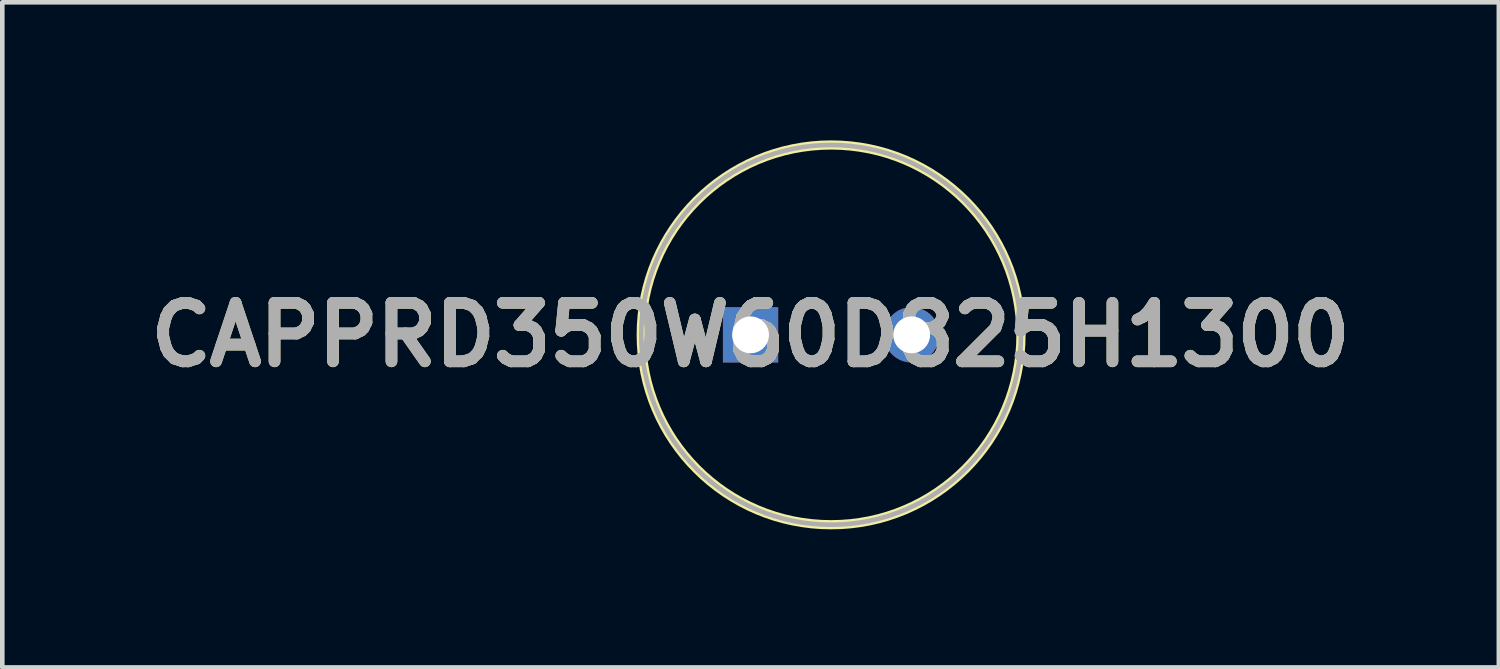
<source format=kicad_pcb>
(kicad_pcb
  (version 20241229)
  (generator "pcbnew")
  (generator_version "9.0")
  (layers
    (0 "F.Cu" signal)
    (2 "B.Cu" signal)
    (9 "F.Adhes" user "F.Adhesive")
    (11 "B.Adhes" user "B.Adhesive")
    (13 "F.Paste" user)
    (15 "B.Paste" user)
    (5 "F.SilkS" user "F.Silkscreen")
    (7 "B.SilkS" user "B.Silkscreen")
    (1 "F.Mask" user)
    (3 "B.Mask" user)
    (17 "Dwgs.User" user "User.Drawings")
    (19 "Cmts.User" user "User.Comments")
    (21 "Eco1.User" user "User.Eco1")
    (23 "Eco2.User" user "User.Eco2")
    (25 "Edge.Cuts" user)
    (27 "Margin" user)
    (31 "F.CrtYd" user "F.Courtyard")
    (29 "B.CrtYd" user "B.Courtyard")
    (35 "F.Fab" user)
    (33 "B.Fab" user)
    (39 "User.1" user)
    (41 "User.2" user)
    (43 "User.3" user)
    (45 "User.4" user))
  (footprint "CAPPRD350W60D825H1300"
    (layer "F.Cu")
    (at 13.256 4.225)
    (property "Reference" "CAPPRD350W60D825H1300" (at 0 0 0) (layer "F.SilkS") (effects (font (size 1.27 1.27) (thickness 0.254))))
    (attr through_hole)
    (fp_circle (center 1.75 0) (end 1.75 4.125) (stroke (width 0.2) (type solid)) (fill no) (layer "F.SilkS"))
    (fp_circle (center 1.75 0) (end 1.75 4.125) (stroke (width 0.1) (type solid)) (fill no) (layer "F.Fab"))
    (fp_text user "${REFERENCE}" (at 0 0 0) (layer "F.Fab") (effects (font (size 1.27 1.27) (thickness 0.254))))
    (pad "1" thru_hole rect (at 0 0) (size 1.2 1.2) (drill 0.8) (layers "*.Cu" "*.Mask"))
    (pad "2" thru_hole circle (at 3.5 0) (size 1.2 1.2) (drill 0.8) (layers "*.Cu" "*.Mask")))
  (gr_rect
    (start -3 -3)
    (end 29.513 11.45)
    (stroke (width 0.1) (type default))
    (fill no)
    (layer "Edge.Cuts")))
</source>
